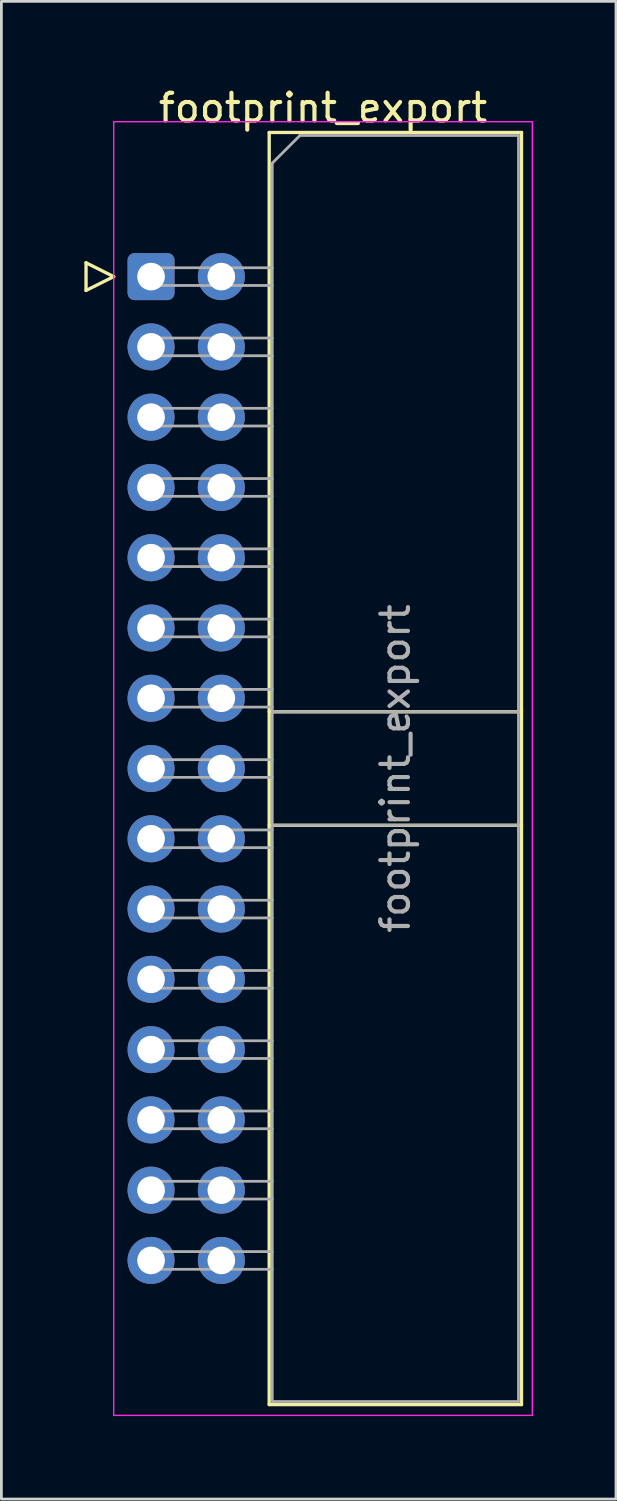
<source format=kicad_pcb>
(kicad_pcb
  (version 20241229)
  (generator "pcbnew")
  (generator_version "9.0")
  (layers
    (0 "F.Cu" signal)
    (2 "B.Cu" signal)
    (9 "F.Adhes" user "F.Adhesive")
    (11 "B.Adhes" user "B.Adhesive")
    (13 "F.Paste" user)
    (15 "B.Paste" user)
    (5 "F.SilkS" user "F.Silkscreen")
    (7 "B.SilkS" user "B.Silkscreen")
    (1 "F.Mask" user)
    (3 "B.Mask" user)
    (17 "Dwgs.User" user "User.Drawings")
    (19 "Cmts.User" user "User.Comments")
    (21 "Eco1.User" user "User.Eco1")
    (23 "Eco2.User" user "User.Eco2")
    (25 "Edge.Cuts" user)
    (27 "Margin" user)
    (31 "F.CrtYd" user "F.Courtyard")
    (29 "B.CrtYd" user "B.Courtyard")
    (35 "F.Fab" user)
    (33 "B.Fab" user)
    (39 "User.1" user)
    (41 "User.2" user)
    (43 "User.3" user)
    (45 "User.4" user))
  (footprint "footprint_export"
    (layer "F.Cu")
    (at 2.41 6.948)
    (property "Reference" "footprint_export" (at 6.215 -6.1 0) (layer "F.SilkS") (effects (font (size 1 1) (thickness 0.15))))
    (attr through_hole)
    (fp_line (start -2.35 -0.5) (end -2.35 0.5) (stroke (width 0.12) (type solid)) (layer "F.SilkS"))
    (fp_line (start -2.35 0.5) (end -1.35 0) (stroke (width 0.12) (type solid)) (layer "F.SilkS"))
    (fp_line (start -1.35 0) (end -2.35 -0.5) (stroke (width 0.12) (type solid)) (layer "F.SilkS"))
    (fp_line (start 4.27 -5.21) (end 13.39 -5.21) (stroke (width 0.12) (type solid)) (layer "F.SilkS"))
    (fp_line (start 4.27 15.73) (end 13.39 15.73) (stroke (width 0.12) (type solid)) (layer "F.SilkS"))
    (fp_line (start 4.27 19.83) (end 13.39 19.83) (stroke (width 0.12) (type solid)) (layer "F.SilkS"))
    (fp_line (start 4.27 40.77) (end 4.27 -5.21) (stroke (width 0.12) (type solid)) (layer "F.SilkS"))
    (fp_line (start 13.39 -5.21) (end 13.39 40.77) (stroke (width 0.12) (type solid)) (layer "F.SilkS"))
    (fp_line (start 13.39 40.77) (end 4.27 40.77) (stroke (width 0.12) (type solid)) (layer "F.SilkS"))
    (fp_line (start -1.35 -5.6) (end -1.35 41.16) (stroke (width 0.05) (type solid)) (layer "F.CrtYd"))
    (fp_line (start -1.35 41.16) (end 13.78 41.16) (stroke (width 0.05) (type solid)) (layer "F.CrtYd"))
    (fp_line (start 13.78 -5.6) (end -1.35 -5.6) (stroke (width 0.05) (type solid)) (layer "F.CrtYd"))
    (fp_line (start 13.78 41.16) (end 13.78 -5.6) (stroke (width 0.05) (type solid)) (layer "F.CrtYd"))
    (fp_line (start -0.32 -0.32) (end -0.32 0.32) (stroke (width 0.1) (type solid)) (layer "F.Fab"))
    (fp_line (start -0.32 0.32) (end 4.38 0.32) (stroke (width 0.1) (type solid)) (layer "F.Fab"))
    (fp_line (start -0.32 2.22) (end -0.32 2.86) (stroke (width 0.1) (type solid)) (layer "F.Fab"))
    (fp_line (start -0.32 2.86) (end 4.38 2.86) (stroke (width 0.1) (type solid)) (layer "F.Fab"))
    (fp_line (start -0.32 4.76) (end -0.32 5.4) (stroke (width 0.1) (type solid)) (layer "F.Fab"))
    (fp_line (start -0.32 5.4) (end 4.38 5.4) (stroke (width 0.1) (type solid)) (layer "F.Fab"))
    (fp_line (start -0.32 7.3) (end -0.32 7.94) (stroke (width 0.1) (type solid)) (layer "F.Fab"))
    (fp_line (start -0.32 7.94) (end 4.38 7.94) (stroke (width 0.1) (type solid)) (layer "F.Fab"))
    (fp_line (start -0.32 9.84) (end -0.32 10.48) (stroke (width 0.1) (type solid)) (layer "F.Fab"))
    (fp_line (start -0.32 10.48) (end 4.38 10.48) (stroke (width 0.1) (type solid)) (layer "F.Fab"))
    (fp_line (start -0.32 12.38) (end -0.32 13.02) (stroke (width 0.1) (type solid)) (layer "F.Fab"))
    (fp_line (start -0.32 13.02) (end 4.38 13.02) (stroke (width 0.1) (type solid)) (layer "F.Fab"))
    (fp_line (start -0.32 14.92) (end -0.32 15.56) (stroke (width 0.1) (type solid)) (layer "F.Fab"))
    (fp_line (start -0.32 15.56) (end 4.38 15.56) (stroke (width 0.1) (type solid)) (layer "F.Fab"))
    (fp_line (start -0.32 17.46) (end -0.32 18.1) (stroke (width 0.1) (type solid)) (layer "F.Fab"))
    (fp_line (start -0.32 18.1) (end 4.38 18.1) (stroke (width 0.1) (type solid)) (layer "F.Fab"))
    (fp_line (start -0.32 20) (end -0.32 20.64) (stroke (width 0.1) (type solid)) (layer "F.Fab"))
    (fp_line (start -0.32 20.64) (end 4.38 20.64) (stroke (width 0.1) (type solid)) (layer "F.Fab"))
    (fp_line (start -0.32 22.54) (end -0.32 23.18) (stroke (width 0.1) (type solid)) (layer "F.Fab"))
    (fp_line (start -0.32 23.18) (end 4.38 23.18) (stroke (width 0.1) (type solid)) (layer "F.Fab"))
    (fp_line (start -0.32 25.08) (end -0.32 25.72) (stroke (width 0.1) (type solid)) (layer "F.Fab"))
    (fp_line (start -0.32 25.72) (end 4.38 25.72) (stroke (width 0.1) (type solid)) (layer "F.Fab"))
    (fp_line (start -0.32 27.62) (end -0.32 28.26) (stroke (width 0.1) (type solid)) (layer "F.Fab"))
    (fp_line (start -0.32 28.26) (end 4.38 28.26) (stroke (width 0.1) (type solid)) (layer "F.Fab"))
    (fp_line (start -0.32 30.16) (end -0.32 30.8) (stroke (width 0.1) (type solid)) (layer "F.Fab"))
    (fp_line (start -0.32 30.8) (end 4.38 30.8) (stroke (width 0.1) (type solid)) (layer "F.Fab"))
    (fp_line (start -0.32 32.7) (end -0.32 33.34) (stroke (width 0.1) (type solid)) (layer "F.Fab"))
    (fp_line (start -0.32 33.34) (end 4.38 33.34) (stroke (width 0.1) (type solid)) (layer "F.Fab"))
    (fp_line (start -0.32 35.24) (end -0.32 35.88) (stroke (width 0.1) (type solid)) (layer "F.Fab"))
    (fp_line (start -0.32 35.88) (end 4.38 35.88) (stroke (width 0.1) (type solid)) (layer "F.Fab"))
    (fp_line (start 4.38 -4.1) (end 5.38 -5.1) (stroke (width 0.1) (type solid)) (layer "F.Fab"))
    (fp_line (start 4.38 -0.32) (end -0.32 -0.32) (stroke (width 0.1) (type solid)) (layer "F.Fab"))
    (fp_line (start 4.38 2.22) (end -0.32 2.22) (stroke (width 0.1) (type solid)) (layer "F.Fab"))
    (fp_line (start 4.38 4.76) (end -0.32 4.76) (stroke (width 0.1) (type solid)) (layer "F.Fab"))
    (fp_line (start 4.38 7.3) (end -0.32 7.3) (stroke (width 0.1) (type solid)) (layer "F.Fab"))
    (fp_line (start 4.38 9.84) (end -0.32 9.84) (stroke (width 0.1) (type solid)) (layer "F.Fab"))
    (fp_line (start 4.38 12.38) (end -0.32 12.38) (stroke (width 0.1) (type solid)) (layer "F.Fab"))
    (fp_line (start 4.38 14.92) (end -0.32 14.92) (stroke (width 0.1) (type solid)) (layer "F.Fab"))
    (fp_line (start 4.38 15.73) (end 13.28 15.73) (stroke (width 0.1) (type solid)) (layer "F.Fab"))
    (fp_line (start 4.38 17.46) (end -0.32 17.46) (stroke (width 0.1) (type solid)) (layer "F.Fab"))
    (fp_line (start 4.38 19.83) (end 13.28 19.83) (stroke (width 0.1) (type solid)) (layer "F.Fab"))
    (fp_line (start 4.38 20) (end -0.32 20) (stroke (width 0.1) (type solid)) (layer "F.Fab"))
    (fp_line (start 4.38 22.54) (end -0.32 22.54) (stroke (width 0.1) (type solid)) (layer "F.Fab"))
    (fp_line (start 4.38 25.08) (end -0.32 25.08) (stroke (width 0.1) (type solid)) (layer "F.Fab"))
    (fp_line (start 4.38 27.62) (end -0.32 27.62) (stroke (width 0.1) (type solid)) (layer "F.Fab"))
    (fp_line (start 4.38 30.16) (end -0.32 30.16) (stroke (width 0.1) (type solid)) (layer "F.Fab"))
    (fp_line (start 4.38 32.7) (end -0.32 32.7) (stroke (width 0.1) (type solid)) (layer "F.Fab"))
    (fp_line (start 4.38 35.24) (end -0.32 35.24) (stroke (width 0.1) (type solid)) (layer "F.Fab"))
    (fp_line (start 4.38 40.66) (end 4.38 -4.1) (stroke (width 0.1) (type solid)) (layer "F.Fab"))
    (fp_line (start 5.38 -5.1) (end 13.28 -5.1) (stroke (width 0.1) (type solid)) (layer "F.Fab"))
    (fp_line (start 13.28 -5.1) (end 13.28 40.66) (stroke (width 0.1) (type solid)) (layer "F.Fab"))
    (fp_line (start 13.28 40.66) (end 4.38 40.66) (stroke (width 0.1) (type solid)) (layer "F.Fab"))
    (fp_text user "${REFERENCE}" (at 8.83 17.78 90) (layer "F.Fab") (effects (font (size 1 1) (thickness 0.15))))
    (pad "1" thru_hole roundrect (at 0 0) (size 1.7 1.7) (drill 1) (layers "*.Cu" "*.Mask") (roundrect_rratio 0.147))
    (pad "2" thru_hole circle (at 2.54 0) (size 1.7 1.7) (drill 1) (layers "*.Cu" "*.Mask"))
    (pad "3" thru_hole circle (at 0 2.54) (size 1.7 1.7) (drill 1) (layers "*.Cu" "*.Mask"))
    (pad "4" thru_hole circle (at 2.54 2.54) (size 1.7 1.7) (drill 1) (layers "*.Cu" "*.Mask"))
    (pad "5" thru_hole circle (at 0 5.08) (size 1.7 1.7) (drill 1) (layers "*.Cu" "*.Mask"))
    (pad "6" thru_hole circle (at 2.54 5.08) (size 1.7 1.7) (drill 1) (layers "*.Cu" "*.Mask"))
    (pad "7" thru_hole circle (at 0 7.62) (size 1.7 1.7) (drill 1) (layers "*.Cu" "*.Mask"))
    (pad "8" thru_hole circle (at 2.54 7.62) (size 1.7 1.7) (drill 1) (layers "*.Cu" "*.Mask"))
    (pad "9" thru_hole circle (at 0 10.16) (size 1.7 1.7) (drill 1) (layers "*.Cu" "*.Mask"))
    (pad "10" thru_hole circle (at 2.54 10.16) (size 1.7 1.7) (drill 1) (layers "*.Cu" "*.Mask"))
    (pad "11" thru_hole circle (at 0 12.7) (size 1.7 1.7) (drill 1) (layers "*.Cu" "*.Mask"))
    (pad "12" thru_hole circle (at 2.54 12.7) (size 1.7 1.7) (drill 1) (layers "*.Cu" "*.Mask"))
    (pad "13" thru_hole circle (at 0 15.24) (size 1.7 1.7) (drill 1) (layers "*.Cu" "*.Mask"))
    (pad "14" thru_hole circle (at 2.54 15.24) (size 1.7 1.7) (drill 1) (layers "*.Cu" "*.Mask"))
    (pad "15" thru_hole circle (at 0 17.78) (size 1.7 1.7) (drill 1) (layers "*.Cu" "*.Mask"))
    (pad "16" thru_hole circle (at 2.54 17.78) (size 1.7 1.7) (drill 1) (layers "*.Cu" "*.Mask"))
    (pad "17" thru_hole circle (at 0 20.32) (size 1.7 1.7) (drill 1) (layers "*.Cu" "*.Mask"))
    (pad "18" thru_hole circle (at 2.54 20.32) (size 1.7 1.7) (drill 1) (layers "*.Cu" "*.Mask"))
    (pad "19" thru_hole circle (at 0 22.86) (size 1.7 1.7) (drill 1) (layers "*.Cu" "*.Mask"))
    (pad "20" thru_hole circle (at 2.54 22.86) (size 1.7 1.7) (drill 1) (layers "*.Cu" "*.Mask"))
    (pad "21" thru_hole circle (at 0 25.4) (size 1.7 1.7) (drill 1) (layers "*.Cu" "*.Mask"))
    (pad "22" thru_hole circle (at 2.54 25.4) (size 1.7 1.7) (drill 1) (layers "*.Cu" "*.Mask"))
    (pad "23" thru_hole circle (at 0 27.94) (size 1.7 1.7) (drill 1) (layers "*.Cu" "*.Mask"))
    (pad "24" thru_hole circle (at 2.54 27.94) (size 1.7 1.7) (drill 1) (layers "*.Cu" "*.Mask"))
    (pad "25" thru_hole circle (at 0 30.48) (size 1.7 1.7) (drill 1) (layers "*.Cu" "*.Mask"))
    (pad "26" thru_hole circle (at 2.54 30.48) (size 1.7 1.7) (drill 1) (layers "*.Cu" "*.Mask"))
    (pad "27" thru_hole circle (at 0 33.02) (size 1.7 1.7) (drill 1) (layers "*.Cu" "*.Mask"))
    (pad "28" thru_hole circle (at 2.54 33.02) (size 1.7 1.7) (drill 1) (layers "*.Cu" "*.Mask"))
    (pad "29" thru_hole circle (at 0 35.56) (size 1.7 1.7) (drill 1) (layers "*.Cu" "*.Mask"))
    (pad "30" thru_hole circle (at 2.54 35.56) (size 1.7 1.7) (drill 1) (layers "*.Cu" "*.Mask")))
  (gr_rect
    (start -3 -3)
    (end 19.215 51.133)
    (stroke (width 0.1) (type default))
    (fill no)
    (layer "Edge.Cuts")))
</source>
